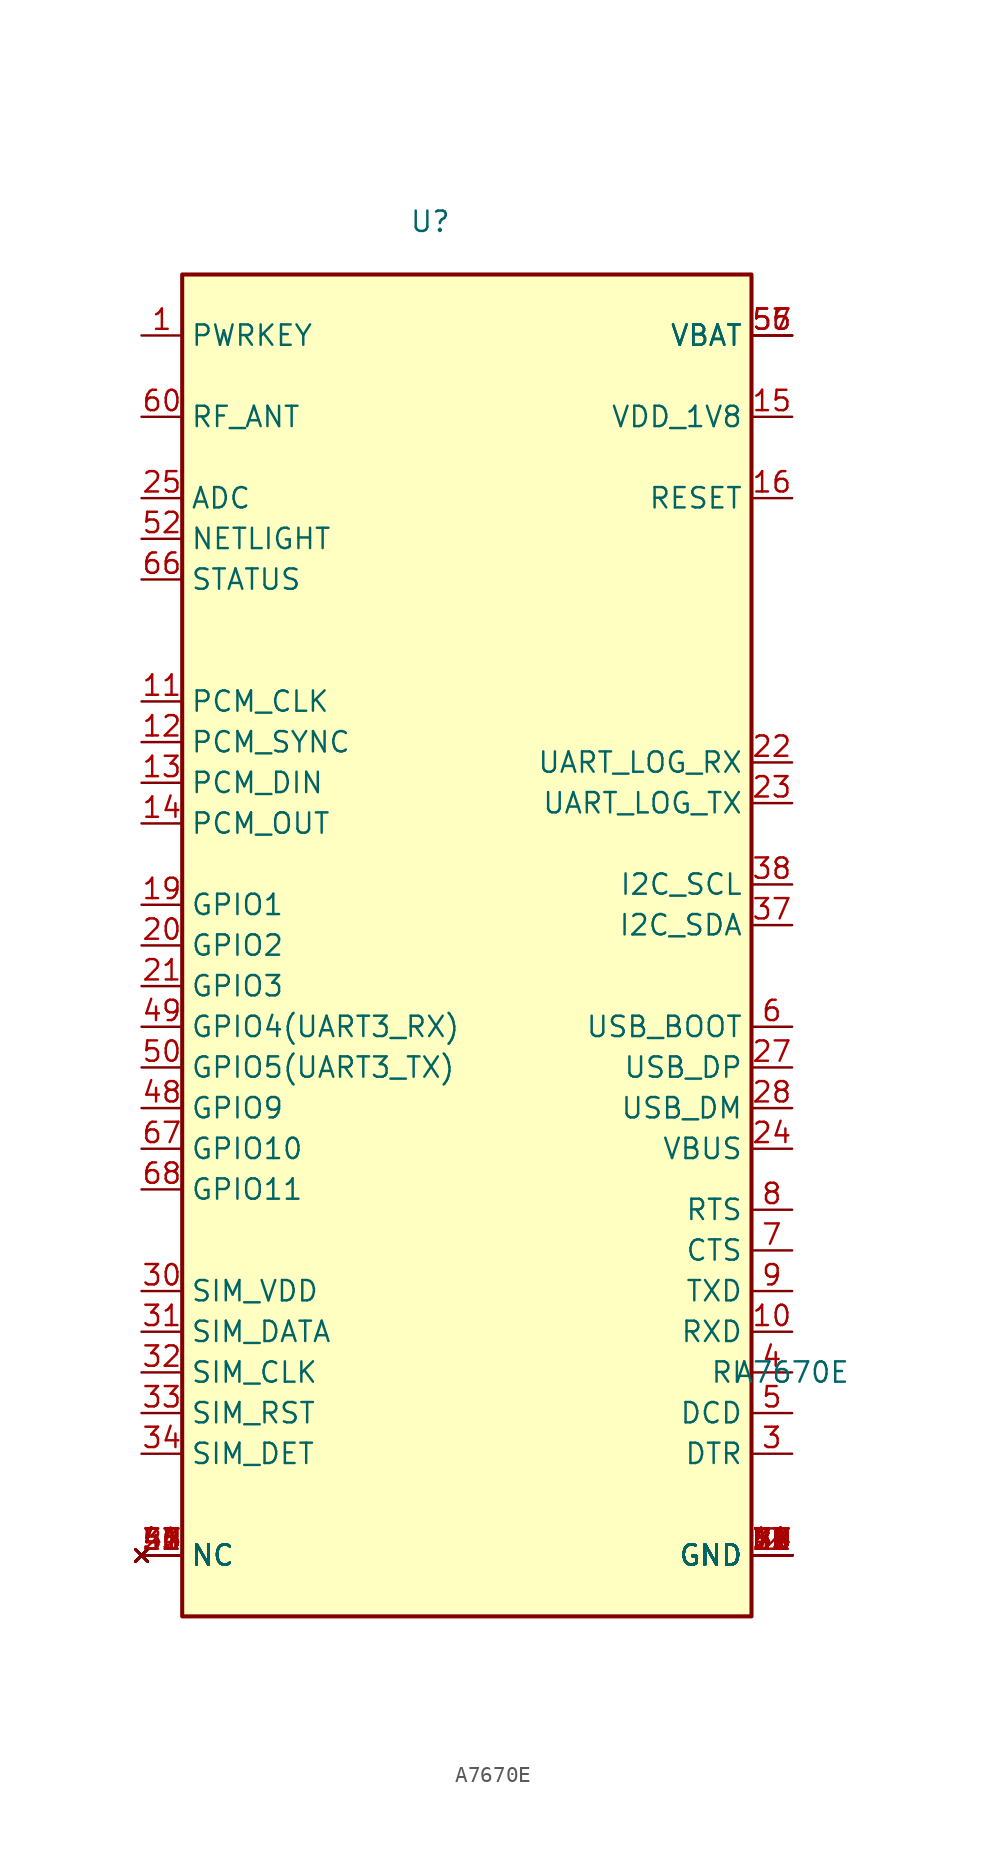
<source format=kicad_sym>
(kicad_symbol_lib
  (version 20231120)
  (generator "kicad_symbol_editor")
  (generator_version "8.0")
  (symbol "A7670E"
    (property "Reference" "U"
      (at -2.286 42.672 0)
      (effects (font (size 1.27 1.27))))
    (property "Value" "A7670E"
      (at 20.32 -29.21 0)
      (effects (font (size 1.27 1.27))))
    (symbol "A7670E_0_0"
      (rectangle (start -17.78 39.37) (end 17.78 -44.45) (stroke (width 0.254) (type default)) (fill (type background)))
      (pin input line (at -20.32 35.56 0) (length 2.54) (name "PWRKEY" (effects (font (size 1.27 1.27)))) (number "1" (effects (font (size 1.27 1.27)))))
      (pin input line (at 20.32 -26.67 180) (length 2.54) (name "RXD" (effects (font (size 1.27 1.27)))) (number "10" (effects (font (size 1.27 1.27)))))
      (pin input line (at -20.32 12.7 0) (length 2.54) (name "PCM_CLK" (effects (font (size 1.27 1.27)))) (number "11" (effects (font (size 1.27 1.27)))))
      (pin input line (at -20.32 10.16 0) (length 2.54) (name "PCM_SYNC" (effects (font (size 1.27 1.27)))) (number "12" (effects (font (size 1.27 1.27)))))
      (pin input line (at -20.32 7.62 0) (length 2.54) (name "PCM_DIN" (effects (font (size 1.27 1.27)))) (number "13" (effects (font (size 1.27 1.27)))))
      (pin input line (at -20.32 5.08 0) (length 2.54) (name "PCM_OUT" (effects (font (size 1.27 1.27)))) (number "14" (effects (font (size 1.27 1.27)))))
      (pin input line (at 20.32 30.48 180) (length 2.54) (name "VDD_1V8" (effects (font (size 1.27 1.27)))) (number "15" (effects (font (size 1.27 1.27)))))
      (pin input line (at 20.32 25.4 180) (length 2.54) (name "RESET" (effects (font (size 1.27 1.27)))) (number "16" (effects (font (size 1.27 1.27)))))
      (pin power_in line (at 20.32 -40.64 180) (length 2.54) (name "GND" (effects (font (size 1.27 1.27)))) (number "17" (effects (font (size 1.27 1.27)))))
      (pin power_in line (at 20.32 -40.64 180) (length 2.54) (name "GND" (effects (font (size 1.27 1.27)))) (number "18" (effects (font (size 1.27 1.27)))))
      (pin bidirectional line (at -20.32 0 0) (length 2.54) (name "GPIO1" (effects (font (size 1.27 1.27)))) (number "19" (effects (font (size 1.27 1.27)))))
      (pin power_in line (at 20.32 -40.64 180) (length 2.54) (name "GND" (effects (font (size 1.27 1.27)))) (number "2" (effects (font (size 1.27 1.27)))))
      (pin bidirectional line (at -20.32 -2.54 0) (length 2.54) (name "GPIO2" (effects (font (size 1.27 1.27)))) (number "20" (effects (font (size 1.27 1.27)))))
      (pin bidirectional line (at -20.32 -5.08 0) (length 2.54) (name "GPIO3" (effects (font (size 1.27 1.27)))) (number "21" (effects (font (size 1.27 1.27)))))
      (pin input line (at 20.32 8.89 180) (length 2.54) (name "UART_LOG_RX" (effects (font (size 1.27 1.27)))) (number "22" (effects (font (size 1.27 1.27)))))
      (pin input line (at 20.32 6.35 180) (length 2.54) (name "UART_LOG_TX" (effects (font (size 1.27 1.27)))) (number "23" (effects (font (size 1.27 1.27)))))
      (pin power_in line (at 20.32 -15.24 180) (length 2.54) (name "VBUS" (effects (font (size 1.27 1.27)))) (number "24" (effects (font (size 1.27 1.27)))))
      (pin input line (at -20.32 25.4 0) (length 2.54) (name "ADC" (effects (font (size 1.27 1.27)))) (number "25" (effects (font (size 1.27 1.27)))))
      (pin no_connect line (at -20.32 -40.64 0) (length 2.54) (name "NC" (effects (font (size 1.27 1.27)))) (number "26" (effects (font (size 1.27 1.27)))))
      (pin bidirectional line (at 20.32 -10.16 180) (length 2.54) (name "USB_DP" (effects (font (size 1.27 1.27)))) (number "27" (effects (font (size 1.27 1.27)))))
      (pin bidirectional line (at 20.32 -12.7 180) (length 2.54) (name "USB_DM" (effects (font (size 1.27 1.27)))) (number "28" (effects (font (size 1.27 1.27)))))
      (pin power_in line (at 20.32 -40.64 180) (length 2.54) (name "GND" (effects (font (size 1.27 1.27)))) (number "29" (effects (font (size 1.27 1.27)))))
      (pin input line (at 20.32 -34.29 180) (length 2.54) (name "DTR" (effects (font (size 1.27 1.27)))) (number "3" (effects (font (size 1.27 1.27)))))
      (pin power_out line (at -20.32 -24.13 0) (length 2.54) (name "SIM_VDD" (effects (font (size 1.27 1.27)))) (number "30" (effects (font (size 1.27 1.27)))))
      (pin bidirectional line (at -20.32 -26.67 0) (length 2.54) (name "SIM_DATA" (effects (font (size 1.27 1.27)))) (number "31" (effects (font (size 1.27 1.27)))))
      (pin bidirectional line (at -20.32 -29.21 0) (length 2.54) (name "SIM_CLK" (effects (font (size 1.27 1.27)))) (number "32" (effects (font (size 1.27 1.27)))))
      (pin bidirectional line (at -20.32 -31.75 0) (length 2.54) (name "SIM_RST" (effects (font (size 1.27 1.27)))) (number "33" (effects (font (size 1.27 1.27)))))
      (pin bidirectional line (at -20.32 -34.29 0) (length 2.54) (name "SIM_DET" (effects (font (size 1.27 1.27)))) (number "34" (effects (font (size 1.27 1.27)))))
      (pin no_connect line (at -20.32 -40.64 0) (length 2.54) (name "NC" (effects (font (size 1.27 1.27)))) (number "35" (effects (font (size 1.27 1.27)))))
      (pin no_connect line (at -20.32 -40.64 0) (length 2.54) (name "NC" (effects (font (size 1.27 1.27)))) (number "36" (effects (font (size 1.27 1.27)))))
      (pin bidirectional line (at 20.32 -1.27 180) (length 2.54) (name "I2C_SDA" (effects (font (size 1.27 1.27)))) (number "37" (effects (font (size 1.27 1.27)))))
      (pin bidirectional line (at 20.32 1.27 180) (length 2.54) (name "I2C_SCL" (effects (font (size 1.27 1.27)))) (number "38" (effects (font (size 1.27 1.27)))))
      (pin power_in line (at 20.32 -40.64 180) (length 2.54) (name "GND" (effects (font (size 1.27 1.27)))) (number "39" (effects (font (size 1.27 1.27)))))
      (pin input line (at 20.32 -29.21 180) (length 2.54) (name "RI" (effects (font (size 1.27 1.27)))) (number "4" (effects (font (size 1.27 1.27)))))
      (pin no_connect line (at -20.32 -40.64 0) (length 2.54) (name "NC" (effects (font (size 1.27 1.27)))) (number "40" (effects (font (size 1.27 1.27)))))
      (pin no_connect line (at -20.32 -40.64 0) (length 2.54) (name "NC" (effects (font (size 1.27 1.27)))) (number "41" (effects (font (size 1.27 1.27)))))
      (pin no_connect line (at -20.32 -40.64 0) (length 2.54) (name "NC" (effects (font (size 1.27 1.27)))) (number "42" (effects (font (size 1.27 1.27)))))
      (pin no_connect line (at -20.32 -40.64 0) (length 2.54) (name "NC" (effects (font (size 1.27 1.27)))) (number "43" (effects (font (size 1.27 1.27)))))
      (pin no_connect line (at -20.32 -40.64 0) (length 2.54) (name "NC" (effects (font (size 1.27 1.27)))) (number "44" (effects (font (size 1.27 1.27)))))
      (pin power_in line (at 20.32 -40.64 180) (length 2.54) (name "GND" (effects (font (size 1.27 1.27)))) (number "45" (effects (font (size 1.27 1.27)))))
      (pin power_in line (at 20.32 -40.64 180) (length 2.54) (name "GND" (effects (font (size 1.27 1.27)))) (number "46" (effects (font (size 1.27 1.27)))))
      (pin no_connect line (at -20.32 -40.64 0) (length 2.54) (name "NC" (effects (font (size 1.27 1.27)))) (number "47" (effects (font (size 1.27 1.27)))))
      (pin bidirectional line (at -20.32 -12.7 0) (length 2.54) (name "GPIO9" (effects (font (size 1.27 1.27)))) (number "48" (effects (font (size 1.27 1.27)))))
      (pin bidirectional line (at -20.32 -7.62 0) (length 2.54) (name "GPIO4(UART3_RX)" (effects (font (size 1.27 1.27)))) (number "49" (effects (font (size 1.27 1.27)))))
      (pin input line (at 20.32 -31.75 180) (length 2.54) (name "DCD" (effects (font (size 1.27 1.27)))) (number "5" (effects (font (size 1.27 1.27)))))
      (pin bidirectional line (at -20.32 -10.16 0) (length 2.54) (name "GPIO5(UART3_TX)" (effects (font (size 1.27 1.27)))) (number "50" (effects (font (size 1.27 1.27)))))
      (pin no_connect line (at -20.32 -40.64 0) (length 2.54) (name "NC" (effects (font (size 1.27 1.27)))) (number "51" (effects (font (size 1.27 1.27)))))
      (pin output line (at -20.32 22.86 0) (length 2.54) (name "NETLIGHT" (effects (font (size 1.27 1.27)))) (number "52" (effects (font (size 1.27 1.27)))))
      (pin no_connect line (at -20.32 -40.64 0) (length 2.54) (name "NC" (effects (font (size 1.27 1.27)))) (number "53" (effects (font (size 1.27 1.27)))))
      (pin power_in line (at 20.32 -40.64 180) (length 2.54) (name "GND" (effects (font (size 1.27 1.27)))) (number "54" (effects (font (size 1.27 1.27)))))
      (pin power_in line (at 20.32 35.56 180) (length 2.54) (name "VBAT" (effects (font (size 1.27 1.27)))) (number "55" (effects (font (size 1.27 1.27)))))
      (pin power_in line (at 20.32 35.56 180) (length 2.54) (name "VBAT" (effects (font (size 1.27 1.27)))) (number "56" (effects (font (size 1.27 1.27)))))
      (pin power_in line (at 20.32 35.56 180) (length 2.54) (name "VBAT" (effects (font (size 1.27 1.27)))) (number "57" (effects (font (size 1.27 1.27)))))
      (pin power_in line (at 20.32 -40.64 180) (length 2.54) (name "GND" (effects (font (size 1.27 1.27)))) (number "58" (effects (font (size 1.27 1.27)))))
      (pin power_in line (at 20.32 -40.64 180) (length 2.54) (name "GND" (effects (font (size 1.27 1.27)))) (number "59" (effects (font (size 1.27 1.27)))))
      (pin input line (at 20.32 -7.62 180) (length 2.54) (name "USB_BOOT" (effects (font (size 1.27 1.27)))) (number "6" (effects (font (size 1.27 1.27)))))
      (pin bidirectional line (at -20.32 30.48 0) (length 2.54) (name "RF_ANT" (effects (font (size 1.27 1.27)))) (number "60" (effects (font (size 1.27 1.27)))))
      (pin power_in line (at 20.32 -40.64 180) (length 2.54) (name "GND" (effects (font (size 1.27 1.27)))) (number "61" (effects (font (size 1.27 1.27)))))
      (pin power_in line (at 20.32 -40.64 180) (length 2.54) (name "GND" (effects (font (size 1.27 1.27)))) (number "62" (effects (font (size 1.27 1.27)))))
      (pin power_in line (at 20.32 -40.64 180) (length 2.54) (name "GND" (effects (font (size 1.27 1.27)))) (number "63" (effects (font (size 1.27 1.27)))))
      (pin power_in line (at 20.32 -40.64 180) (length 2.54) (name "GND" (effects (font (size 1.27 1.27)))) (number "64" (effects (font (size 1.27 1.27)))))
      (pin power_in line (at 20.32 -40.64 180) (length 2.54) (name "GND" (effects (font (size 1.27 1.27)))) (number "65" (effects (font (size 1.27 1.27)))))
      (pin output line (at -20.32 20.32 0) (length 2.54) (name "STATUS" (effects (font (size 1.27 1.27)))) (number "66" (effects (font (size 1.27 1.27)))))
      (pin input line (at -20.32 -15.24 0) (length 2.54) (name "GPIO10" (effects (font (size 1.27 1.27)))) (number "67" (effects (font (size 1.27 1.27)))))
      (pin input line (at -20.32 -17.78 0) (length 2.54) (name "GPIO11" (effects (font (size 1.27 1.27)))) (number "68" (effects (font (size 1.27 1.27)))))
      (pin power_in line (at 20.32 -40.64 180) (length 2.54) (name "GND" (effects (font (size 1.27 1.27)))) (number "69" (effects (font (size 1.27 1.27)))))
      (pin input line (at 20.32 -21.59 180) (length 2.54) (name "CTS" (effects (font (size 1.27 1.27)))) (number "7" (effects (font (size 1.27 1.27)))))
      (pin power_in line (at 20.32 -40.64 180) (length 2.54) (name "GND" (effects (font (size 1.27 1.27)))) (number "70" (effects (font (size 1.27 1.27)))))
      (pin power_in line (at 20.32 -40.64 180) (length 2.54) (name "GND" (effects (font (size 1.27 1.27)))) (number "71" (effects (font (size 1.27 1.27)))))
      (pin power_in line (at 20.32 -40.64 180) (length 2.54) (name "GND" (effects (font (size 1.27 1.27)))) (number "72" (effects (font (size 1.27 1.27)))))
      (pin power_in line (at 20.32 -40.64 180) (length 2.54) (name "GND" (effects (font (size 1.27 1.27)))) (number "73" (effects (font (size 1.27 1.27)))))
      (pin power_in line (at 20.32 -40.64 180) (length 2.54) (name "GND" (effects (font (size 1.27 1.27)))) (number "74" (effects (font (size 1.27 1.27)))))
      (pin power_in line (at 20.32 -40.64 180) (length 2.54) (name "GND" (effects (font (size 1.27 1.27)))) (number "75" (effects (font (size 1.27 1.27)))))
      (pin power_in line (at 20.32 -40.64 180) (length 2.54) (name "GND" (effects (font (size 1.27 1.27)))) (number "76" (effects (font (size 1.27 1.27)))))
      (pin power_in line (at 20.32 -40.64 180) (length 2.54) (name "GND" (effects (font (size 1.27 1.27)))) (number "77" (effects (font (size 1.27 1.27)))))
      (pin power_in line (at 20.32 -40.64 180) (length 2.54) (name "GND" (effects (font (size 1.27 1.27)))) (number "78" (effects (font (size 1.27 1.27)))))
      (pin power_in line (at 20.32 -40.64 180) (length 2.54) (name "GND" (effects (font (size 1.27 1.27)))) (number "79" (effects (font (size 1.27 1.27)))))
      (pin input line (at 20.32 -19.05 180) (length 2.54) (name "RTS" (effects (font (size 1.27 1.27)))) (number "8" (effects (font (size 1.27 1.27)))))
      (pin power_in line (at 20.32 -40.64 180) (length 2.54) (name "GND" (effects (font (size 1.27 1.27)))) (number "80" (effects (font (size 1.27 1.27)))))
      (pin power_in line (at 20.32 -40.64 180) (length 2.54) (name "GND" (effects (font (size 1.27 1.27)))) (number "81" (effects (font (size 1.27 1.27)))))
      (pin power_in line (at 20.32 -40.64 180) (length 2.54) (name "GND" (effects (font (size 1.27 1.27)))) (number "82" (effects (font (size 1.27 1.27)))))
      (pin power_in line (at 20.32 -40.64 180) (length 2.54) (name "GND" (effects (font (size 1.27 1.27)))) (number "83" (effects (font (size 1.27 1.27)))))
      (pin power_in line (at 20.32 -40.64 180) (length 2.54) (name "GND" (effects (font (size 1.27 1.27)))) (number "84" (effects (font (size 1.27 1.27)))))
      (pin power_in line (at 20.32 -40.64 180) (length 2.54) (name "GND" (effects (font (size 1.27 1.27)))) (number "85" (effects (font (size 1.27 1.27)))))
      (pin power_in line (at 20.32 -40.64 180) (length 2.54) (name "GND" (effects (font (size 1.27 1.27)))) (number "86" (effects (font (size 1.27 1.27)))))
      (pin power_in line (at 20.32 -40.64 180) (length 2.54) (name "GND" (effects (font (size 1.27 1.27)))) (number "87" (effects (font (size 1.27 1.27)))))
      (pin power_in line (at 20.32 -40.64 180) (length 2.54) (name "GND" (effects (font (size 1.27 1.27)))) (number "88" (effects (font (size 1.27 1.27)))))
      (pin input line (at 20.32 -24.13 180) (length 2.54) (name "TXD" (effects (font (size 1.27 1.27)))) (number "9" (effects (font (size 1.27 1.27))))))))
</source>
